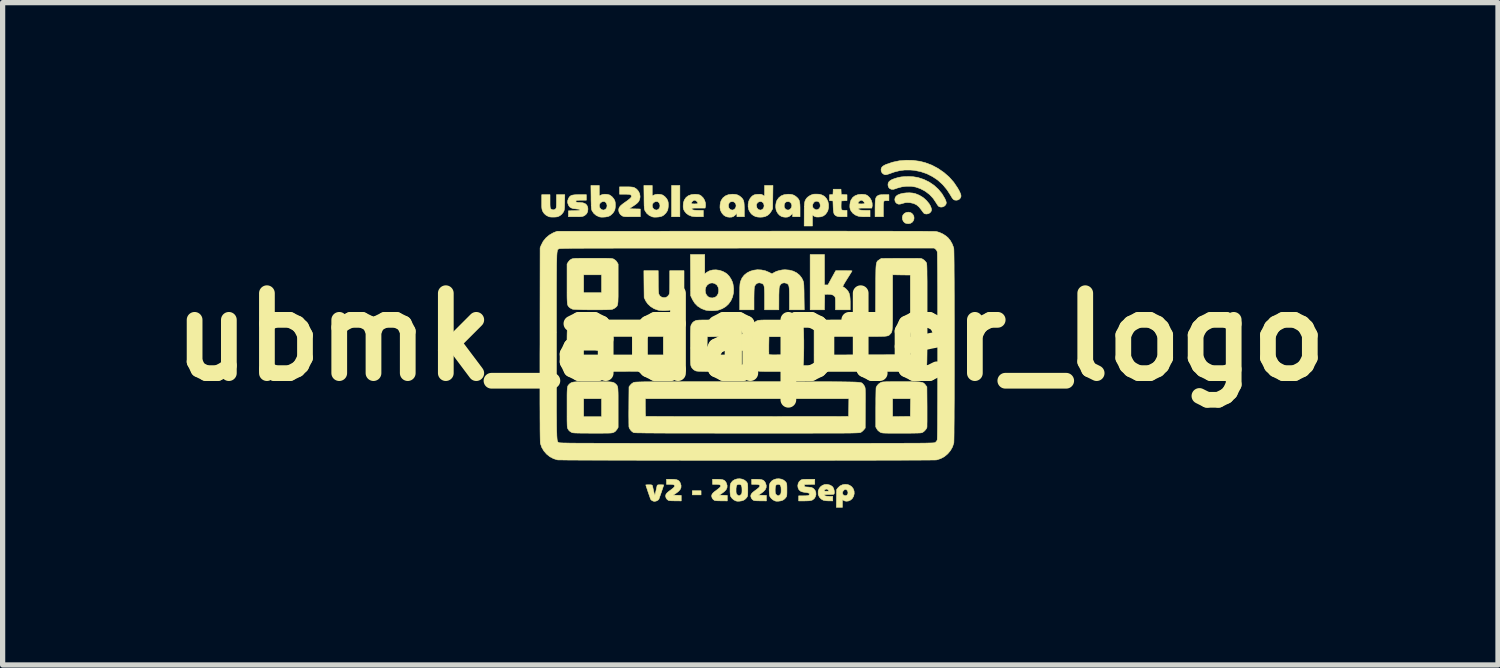
<source format=kicad_pcb>
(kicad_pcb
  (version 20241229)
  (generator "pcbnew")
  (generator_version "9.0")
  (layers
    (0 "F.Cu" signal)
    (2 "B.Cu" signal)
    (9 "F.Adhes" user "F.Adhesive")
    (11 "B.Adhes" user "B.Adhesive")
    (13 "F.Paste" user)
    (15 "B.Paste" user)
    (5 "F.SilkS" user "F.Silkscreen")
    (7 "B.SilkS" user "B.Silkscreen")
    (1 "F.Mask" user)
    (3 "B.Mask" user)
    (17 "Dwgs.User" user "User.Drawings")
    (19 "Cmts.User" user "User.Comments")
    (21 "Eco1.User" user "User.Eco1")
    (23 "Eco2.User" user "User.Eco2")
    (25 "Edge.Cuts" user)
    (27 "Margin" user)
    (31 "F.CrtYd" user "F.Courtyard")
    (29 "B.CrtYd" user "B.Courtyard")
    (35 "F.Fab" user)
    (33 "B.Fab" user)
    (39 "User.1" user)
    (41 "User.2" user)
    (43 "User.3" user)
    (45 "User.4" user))
  (footprint "ubmk_adapter_logo"
    (layer "F.Cu")
    (at 11.256 3.375)
    (property "Reference" "ubmk_adapter_logo" (at 0 0 0) (layer "F.SilkS") (effects (font (size 1.524 1.524) (thickness 0.3))))
    (attr through_hole)
    (fp_poly (pts (xy -1.343 -2.292) (xy -1.501 -2.292) (xy -1.501 -2.889) (xy -1.343 -2.889) (xy -1.343 -2.292)) (stroke (width 0.01) (type solid)) (fill yes) (layer "F.SilkS"))
    (fp_poly (pts (xy -0.939 3.011) (xy -1.106 3.011) (xy -1.106 2.932) (xy -0.939 2.932) (xy -0.939 3.011)) (stroke (width 0.01) (type solid)) (fill yes) (layer "F.SilkS"))
    (fp_poly (pts (xy 3.053 -2.373) (xy 3.081 -2.357) (xy 3.108 -2.324) (xy 3.121 -2.288) (xy 3.121 -2.25) (xy 3.109 -2.216) (xy 3.086 -2.187) (xy 3.053 -2.167) (xy 3.013 -2.16) (xy 2.981 -2.164) (xy 2.954 -2.172) (xy 2.948 -2.175) (xy 2.92 -2.202) (xy 2.903 -2.238) (xy 2.898 -2.278) (xy 2.907 -2.316) (xy 2.912 -2.326) (xy 2.938 -2.356) (xy 2.974 -2.374) (xy 3.014 -2.38) (xy 3.053 -2.373)) (stroke (width 0.01) (type solid)) (fill yes) (layer "F.SilkS"))
    (fp_poly (pts (xy 2.643 -2.599) (xy 2.604 -2.599) (xy 2.58 -2.599) (xy 2.563 -2.597) (xy 2.551 -2.591) (xy 2.544 -2.579) (xy 2.54 -2.558) (xy 2.538 -2.526) (xy 2.537 -2.481) (xy 2.537 -2.44) (xy 2.537 -2.292) (xy 2.379 -2.292) (xy 2.379 -2.454) (xy 2.38 -2.521) (xy 2.382 -2.574) (xy 2.385 -2.613) (xy 2.391 -2.642) (xy 2.4 -2.663) (xy 2.412 -2.679) (xy 2.428 -2.692) (xy 2.434 -2.695) (xy 2.451 -2.704) (xy 2.47 -2.709) (xy 2.498 -2.712) (xy 2.537 -2.713) (xy 2.553 -2.713) (xy 2.643 -2.713) (xy 2.643 -2.599)) (stroke (width 0.01) (type solid)) (fill yes) (layer "F.SilkS"))
    (fp_poly (pts (xy 1.734 -2.717) (xy 1.844 -2.712) (xy 1.844 -2.6) (xy 1.734 -2.594) (xy 1.731 -2.517) (xy 1.731 -2.472) (xy 1.734 -2.441) (xy 1.739 -2.427) (xy 1.756 -2.418) (xy 1.786 -2.415) (xy 1.797 -2.414) (xy 1.844 -2.414) (xy 1.844 -2.292) (xy 1.758 -2.292) (xy 1.708 -2.293) (xy 1.672 -2.297) (xy 1.646 -2.305) (xy 1.643 -2.306) (xy 1.622 -2.319) (xy 1.606 -2.334) (xy 1.595 -2.354) (xy 1.588 -2.383) (xy 1.583 -2.423) (xy 1.58 -2.478) (xy 1.58 -2.48) (xy 1.576 -2.594) (xy 1.51 -2.6) (xy 1.51 -2.712) (xy 1.576 -2.717) (xy 1.579 -2.768) (xy 1.581 -2.818) (xy 1.729 -2.818) (xy 1.734 -2.717)) (stroke (width 0.01) (type solid)) (fill yes) (layer "F.SilkS"))
    (fp_poly (pts (xy -1.449 2.715) (xy -1.407 2.721) (xy -1.376 2.733) (xy -1.354 2.753) (xy -1.336 2.781) (xy -1.334 2.787) (xy -1.32 2.832) (xy -1.322 2.873) (xy -1.34 2.912) (xy -1.375 2.949) (xy -1.411 2.976) (xy -1.471 3.016) (xy -1.394 3.018) (xy -1.317 3.021) (xy -1.317 3.126) (xy -1.429 3.125) (xy -1.473 3.124) (xy -1.512 3.123) (xy -1.542 3.12) (xy -1.559 3.117) (xy -1.559 3.117) (xy -1.586 3.098) (xy -1.606 3.069) (xy -1.615 3.037) (xy -1.615 3.033) (xy -1.612 3.011) (xy -1.602 2.991) (xy -1.582 2.968) (xy -1.551 2.942) (xy -1.51 2.912) (xy -1.47 2.881) (xy -1.447 2.856) (xy -1.441 2.836) (xy -1.451 2.822) (xy -1.478 2.813) (xy -1.521 2.81) (xy -1.534 2.81) (xy -1.598 2.81) (xy -1.598 2.713) (xy -1.505 2.713) (xy -1.449 2.715)) (stroke (width 0.01) (type solid)) (fill yes) (layer "F.SilkS"))
    (fp_poly (pts (xy -0.571 2.715) (xy -0.529 2.721) (xy -0.498 2.733) (xy -0.476 2.753) (xy -0.458 2.781) (xy -0.456 2.787) (xy -0.442 2.832) (xy -0.444 2.873) (xy -0.462 2.912) (xy -0.497 2.949) (xy -0.533 2.976) (xy -0.593 3.016) (xy -0.516 3.018) (xy -0.439 3.021) (xy -0.439 3.126) (xy -0.551 3.125) (xy -0.595 3.124) (xy -0.634 3.123) (xy -0.664 3.12) (xy -0.681 3.117) (xy -0.681 3.117) (xy -0.708 3.098) (xy -0.728 3.069) (xy -0.737 3.037) (xy -0.738 3.033) (xy -0.734 3.011) (xy -0.724 2.991) (xy -0.704 2.968) (xy -0.673 2.942) (xy -0.632 2.912) (xy -0.592 2.881) (xy -0.569 2.856) (xy -0.563 2.836) (xy -0.573 2.822) (xy -0.6 2.813) (xy -0.643 2.81) (xy -0.656 2.81) (xy -0.72 2.81) (xy -0.72 2.713) (xy -0.627 2.713) (xy -0.571 2.715)) (stroke (width 0.01) (type solid)) (fill yes) (layer "F.SilkS"))
    (fp_poly (pts (xy 0.176 2.715) (xy 0.217 2.721) (xy 0.248 2.733) (xy 0.27 2.753) (xy 0.288 2.781) (xy 0.291 2.787) (xy 0.304 2.832) (xy 0.302 2.873) (xy 0.284 2.912) (xy 0.25 2.949) (xy 0.213 2.976) (xy 0.154 3.016) (xy 0.23 3.018) (xy 0.307 3.021) (xy 0.307 3.126) (xy 0.195 3.125) (xy 0.151 3.124) (xy 0.112 3.123) (xy 0.082 3.12) (xy 0.065 3.117) (xy 0.065 3.117) (xy 0.038 3.098) (xy 0.018 3.069) (xy 0.009 3.037) (xy 0.009 3.033) (xy 0.012 3.011) (xy 0.022 2.991) (xy 0.042 2.968) (xy 0.073 2.942) (xy 0.114 2.912) (xy 0.154 2.881) (xy 0.177 2.856) (xy 0.184 2.836) (xy 0.173 2.822) (xy 0.147 2.813) (xy 0.103 2.81) (xy 0.091 2.81) (xy 0.026 2.81) (xy 0.026 2.713) (xy 0.12 2.713) (xy 0.176 2.715)) (stroke (width 0.01) (type solid)) (fill yes) (layer "F.SilkS"))
    (fp_poly (pts (xy 3.095 -2.744) (xy 3.144 -2.734) (xy 3.221 -2.703) (xy 3.293 -2.66) (xy 3.356 -2.605) (xy 3.408 -2.543) (xy 3.433 -2.5) (xy 3.45 -2.457) (xy 3.456 -2.423) (xy 3.448 -2.396) (xy 3.428 -2.371) (xy 3.423 -2.366) (xy 3.392 -2.35) (xy 3.357 -2.344) (xy 3.324 -2.35) (xy 3.317 -2.353) (xy 3.306 -2.364) (xy 3.288 -2.386) (xy 3.268 -2.414) (xy 3.263 -2.421) (xy 3.218 -2.478) (xy 3.17 -2.519) (xy 3.114 -2.546) (xy 3.05 -2.56) (xy 3.027 -2.562) (xy 2.985 -2.563) (xy 2.951 -2.56) (xy 2.916 -2.55) (xy 2.903 -2.546) (xy 2.86 -2.534) (xy 2.827 -2.532) (xy 2.8 -2.542) (xy 2.778 -2.559) (xy 2.76 -2.588) (xy 2.755 -2.624) (xy 2.763 -2.659) (xy 2.782 -2.686) (xy 2.814 -2.709) (xy 2.859 -2.727) (xy 2.914 -2.74) (xy 2.974 -2.747) (xy 3.036 -2.749) (xy 3.095 -2.744)) (stroke (width 0.01) (type solid)) (fill yes) (layer "F.SilkS"))
    (fp_poly (pts (xy 1.859 2.815) (xy 1.894 2.828) (xy 1.935 2.857) (xy 1.963 2.895) (xy 1.979 2.94) (xy 1.981 2.988) (xy 1.97 3.036) (xy 1.944 3.08) (xy 1.939 3.086) (xy 1.907 3.112) (xy 1.869 3.128) (xy 1.829 3.132) (xy 1.793 3.124) (xy 1.772 3.111) (xy 1.764 3.105) (xy 1.76 3.106) (xy 1.757 3.116) (xy 1.756 3.139) (xy 1.756 3.173) (xy 1.756 3.249) (xy 1.641 3.249) (xy 1.643 3.079) (xy 1.645 2.972) (xy 1.756 2.972) (xy 1.763 2.999) (xy 1.781 3.018) (xy 1.805 3.027) (xy 1.83 3.024) (xy 1.848 3.011) (xy 1.861 2.987) (xy 1.862 2.959) (xy 1.853 2.933) (xy 1.835 2.913) (xy 1.812 2.906) (xy 1.794 2.913) (xy 1.775 2.931) (xy 1.761 2.953) (xy 1.756 2.972) (xy 1.645 2.972) (xy 1.646 2.909) (xy 1.672 2.876) (xy 1.709 2.841) (xy 1.755 2.819) (xy 1.806 2.81) (xy 1.859 2.815)) (stroke (width 0.01) (type solid)) (fill yes) (layer "F.SilkS"))
    (fp_poly (pts (xy 3.106 -3.055) (xy 3.176 -3.044) (xy 3.198 -3.04) (xy 3.308 -3.004) (xy 3.41 -2.954) (xy 3.503 -2.891) (xy 3.585 -2.816) (xy 3.655 -2.731) (xy 3.71 -2.638) (xy 3.729 -2.595) (xy 3.737 -2.561) (xy 3.732 -2.533) (xy 3.716 -2.51) (xy 3.704 -2.498) (xy 3.672 -2.481) (xy 3.636 -2.476) (xy 3.603 -2.484) (xy 3.594 -2.489) (xy 3.58 -2.503) (xy 3.562 -2.528) (xy 3.547 -2.553) (xy 3.488 -2.641) (xy 3.417 -2.717) (xy 3.335 -2.779) (xy 3.243 -2.828) (xy 3.152 -2.859) (xy 3.07 -2.873) (xy 2.981 -2.874) (xy 2.891 -2.863) (xy 2.805 -2.84) (xy 2.768 -2.826) (xy 2.725 -2.814) (xy 2.686 -2.817) (xy 2.655 -2.832) (xy 2.634 -2.859) (xy 2.625 -2.897) (xy 2.625 -2.902) (xy 2.629 -2.932) (xy 2.642 -2.958) (xy 2.667 -2.981) (xy 2.703 -3.002) (xy 2.754 -3.021) (xy 2.817 -3.04) (xy 2.879 -3.052) (xy 2.952 -3.058) (xy 3.03 -3.059) (xy 3.106 -3.055)) (stroke (width 0.01) (type solid)) (fill yes) (layer "F.SilkS"))
    (fp_poly (pts (xy -3.819 -2.586) (xy -3.819 -2.535) (xy -3.818 -2.499) (xy -3.816 -2.475) (xy -3.813 -2.459) (xy -3.808 -2.448) (xy -3.802 -2.441) (xy -3.78 -2.428) (xy -3.758 -2.423) (xy -3.732 -2.429) (xy -3.714 -2.441) (xy -3.707 -2.449) (xy -3.702 -2.46) (xy -3.699 -2.477) (xy -3.697 -2.502) (xy -3.696 -2.539) (xy -3.696 -2.586) (xy -3.696 -2.713) (xy -3.537 -2.713) (xy -3.54 -2.566) (xy -3.541 -2.511) (xy -3.542 -2.471) (xy -3.545 -2.442) (xy -3.548 -2.42) (xy -3.553 -2.404) (xy -3.56 -2.389) (xy -3.565 -2.38) (xy -3.595 -2.341) (xy -3.629 -2.314) (xy -3.654 -2.301) (xy -3.677 -2.292) (xy -3.705 -2.288) (xy -3.743 -2.286) (xy -3.786 -2.286) (xy -3.821 -2.289) (xy -3.842 -2.294) (xy -3.892 -2.32) (xy -3.929 -2.352) (xy -3.955 -2.39) (xy -3.963 -2.408) (xy -3.969 -2.425) (xy -3.973 -2.444) (xy -3.976 -2.469) (xy -3.977 -2.502) (xy -3.977 -2.549) (xy -3.977 -2.574) (xy -3.977 -2.713) (xy -3.819 -2.713) (xy -3.819 -2.586)) (stroke (width 0.01) (type solid)) (fill yes) (layer "F.SilkS"))
    (fp_poly (pts (xy -2.368 -2.862) (xy -2.315 -2.862) (xy -2.276 -2.86) (xy -2.248 -2.857) (xy -2.226 -2.853) (xy -2.208 -2.846) (xy -2.208 -2.846) (xy -2.166 -2.818) (xy -2.133 -2.779) (xy -2.11 -2.732) (xy -2.102 -2.683) (xy -2.104 -2.653) (xy -2.113 -2.616) (xy -2.127 -2.585) (xy -2.15 -2.558) (xy -2.183 -2.53) (xy -2.228 -2.499) (xy -2.312 -2.445) (xy -2.098 -2.44) (xy -2.098 -2.292) (xy -2.254 -2.292) (xy -2.312 -2.292) (xy -2.355 -2.293) (xy -2.387 -2.294) (xy -2.409 -2.297) (xy -2.426 -2.301) (xy -2.439 -2.307) (xy -2.441 -2.308) (xy -2.478 -2.336) (xy -2.501 -2.374) (xy -2.508 -2.403) (xy -2.509 -2.437) (xy -2.499 -2.468) (xy -2.477 -2.498) (xy -2.442 -2.529) (xy -2.411 -2.552) (xy -2.357 -2.59) (xy -2.317 -2.62) (xy -2.289 -2.644) (xy -2.272 -2.663) (xy -2.266 -2.679) (xy -2.267 -2.692) (xy -2.276 -2.705) (xy -2.279 -2.708) (xy -2.289 -2.714) (xy -2.306 -2.718) (xy -2.333 -2.721) (xy -2.374 -2.722) (xy -2.393 -2.722) (xy -2.493 -2.722) (xy -2.493 -2.862) (xy -2.368 -2.862)) (stroke (width 0.01) (type solid)) (fill yes) (layer "F.SilkS"))
    (fp_poly (pts (xy 1.414 -0.992) (xy 1.48 -0.992) (xy 1.554 -1.128) (xy 1.629 -1.264) (xy 1.784 -1.264) (xy 1.835 -1.264) (xy 1.878 -1.263) (xy 1.912 -1.263) (xy 1.934 -1.261) (xy 1.94 -1.26) (xy 1.936 -1.252) (xy 1.923 -1.231) (xy 1.904 -1.2) (xy 1.88 -1.161) (xy 1.852 -1.117) (xy 1.847 -1.109) (xy 1.819 -1.064) (xy 1.795 -1.025) (xy 1.777 -0.992) (xy 1.766 -0.97) (xy 1.763 -0.959) (xy 1.763 -0.959) (xy 1.789 -0.945) (xy 1.819 -0.922) (xy 1.847 -0.893) (xy 1.858 -0.88) (xy 1.875 -0.853) (xy 1.888 -0.822) (xy 1.897 -0.785) (xy 1.902 -0.737) (xy 1.905 -0.677) (xy 1.905 -0.636) (xy 1.905 -0.518) (xy 1.624 -0.518) (xy 1.624 -0.635) (xy 1.624 -0.684) (xy 1.623 -0.718) (xy 1.621 -0.742) (xy 1.617 -0.758) (xy 1.611 -0.77) (xy 1.606 -0.776) (xy 1.577 -0.799) (xy 1.533 -0.812) (xy 1.477 -0.815) (xy 1.471 -0.815) (xy 1.418 -0.812) (xy 1.416 -0.665) (xy 1.413 -0.518) (xy 1.141 -0.518) (xy 1.141 -1.572) (xy 1.414 -1.572) (xy 1.414 -0.992)) (stroke (width 0.01) (type solid)) (fill yes) (layer "F.SilkS"))
    (fp_poly (pts (xy -1.755 -1.056) (xy -1.755 -0.974) (xy -1.753 -0.908) (xy -1.75 -0.859) (xy -1.747 -0.828) (xy -1.744 -0.817) (xy -1.724 -0.783) (xy -1.69 -0.759) (xy -1.654 -0.75) (xy -1.615 -0.752) (xy -1.582 -0.769) (xy -1.556 -0.798) (xy -1.55 -0.808) (xy -1.546 -0.818) (xy -1.542 -0.831) (xy -1.54 -0.849) (xy -1.538 -0.874) (xy -1.537 -0.909) (xy -1.537 -0.956) (xy -1.536 -1.017) (xy -1.536 -1.046) (xy -1.536 -1.264) (xy -1.264 -1.264) (xy -1.264 -1.016) (xy -1.264 -0.934) (xy -1.265 -0.868) (xy -1.267 -0.815) (xy -1.27 -0.772) (xy -1.275 -0.738) (xy -1.282 -0.711) (xy -1.291 -0.688) (xy -1.302 -0.667) (xy -1.317 -0.645) (xy -1.322 -0.639) (xy -1.371 -0.586) (xy -1.432 -0.545) (xy -1.474 -0.526) (xy -1.514 -0.515) (xy -1.565 -0.507) (xy -1.622 -0.503) (xy -1.679 -0.503) (xy -1.73 -0.507) (xy -1.76 -0.512) (xy -1.834 -0.539) (xy -1.899 -0.579) (xy -1.953 -0.629) (xy -1.994 -0.687) (xy -2 -0.701) (xy -2.024 -0.751) (xy -2.027 -1.007) (xy -2.029 -1.264) (xy -1.756 -1.264) (xy -1.755 -1.056)) (stroke (width 0.01) (type solid)) (fill yes) (layer "F.SilkS"))
    (fp_poly (pts (xy 3.104 -3.367) (xy 3.234 -3.349) (xy 3.336 -3.323) (xy 3.463 -3.275) (xy 3.581 -3.212) (xy 3.691 -3.136) (xy 3.791 -3.049) (xy 3.878 -2.951) (xy 3.951 -2.843) (xy 3.983 -2.787) (xy 4.004 -2.741) (xy 4.016 -2.706) (xy 4.017 -2.679) (xy 4.009 -2.656) (xy 3.992 -2.633) (xy 3.989 -2.63) (xy 3.961 -2.613) (xy 3.926 -2.607) (xy 3.891 -2.612) (xy 3.875 -2.621) (xy 3.862 -2.634) (xy 3.844 -2.659) (xy 3.825 -2.69) (xy 3.821 -2.698) (xy 3.751 -2.807) (xy 3.67 -2.904) (xy 3.578 -2.988) (xy 3.476 -3.057) (xy 3.366 -3.113) (xy 3.248 -3.153) (xy 3.124 -3.178) (xy 3.047 -3.184) (xy 2.944 -3.184) (xy 2.846 -3.171) (xy 2.747 -3.146) (xy 2.698 -3.129) (xy 2.652 -3.112) (xy 2.618 -3.101) (xy 2.595 -3.095) (xy 2.577 -3.093) (xy 2.563 -3.095) (xy 2.549 -3.101) (xy 2.544 -3.103) (xy 2.514 -3.126) (xy 2.497 -3.159) (xy 2.493 -3.191) (xy 2.499 -3.221) (xy 2.517 -3.247) (xy 2.55 -3.271) (xy 2.592 -3.291) (xy 2.713 -3.332) (xy 2.841 -3.359) (xy 2.972 -3.37) (xy 3.104 -3.367)) (stroke (width 0.01) (type solid)) (fill yes) (layer "F.SilkS"))
    (fp_poly (pts (xy -0.288 -2.719) (xy -0.248 -2.71) (xy -0.213 -2.693) (xy -0.18 -2.668) (xy -0.157 -2.646) (xy -0.141 -2.624) (xy -0.129 -2.599) (xy -0.121 -2.567) (xy -0.117 -2.525) (xy -0.115 -2.472) (xy -0.114 -2.43) (xy -0.114 -2.292) (xy -0.255 -2.292) (xy -0.255 -2.356) (xy -0.283 -2.329) (xy -0.305 -2.31) (xy -0.326 -2.295) (xy -0.331 -2.293) (xy -0.36 -2.285) (xy -0.398 -2.284) (xy -0.439 -2.289) (xy -0.471 -2.3) (xy -0.508 -2.324) (xy -0.54 -2.361) (xy -0.564 -2.405) (xy -0.572 -2.427) (xy -0.578 -2.47) (xy -0.577 -2.495) (xy -0.418 -2.495) (xy -0.409 -2.462) (xy -0.389 -2.436) (xy -0.374 -2.427) (xy -0.342 -2.419) (xy -0.314 -2.427) (xy -0.292 -2.446) (xy -0.275 -2.476) (xy -0.271 -2.508) (xy -0.278 -2.538) (xy -0.296 -2.563) (xy -0.322 -2.579) (xy -0.34 -2.581) (xy -0.375 -2.577) (xy -0.398 -2.561) (xy -0.413 -2.533) (xy -0.418 -2.495) (xy -0.577 -2.495) (xy -0.576 -2.519) (xy -0.568 -2.567) (xy -0.555 -2.603) (xy -0.521 -2.653) (xy -0.476 -2.689) (xy -0.421 -2.712) (xy -0.354 -2.721) (xy -0.34 -2.722) (xy -0.288 -2.719)) (stroke (width 0.01) (type solid)) (fill yes) (layer "F.SilkS"))
    (fp_poly (pts (xy 0.774 -2.719) (xy 0.814 -2.71) (xy 0.849 -2.693) (xy 0.882 -2.668) (xy 0.905 -2.646) (xy 0.922 -2.624) (xy 0.934 -2.599) (xy 0.941 -2.567) (xy 0.946 -2.525) (xy 0.948 -2.472) (xy 0.948 -2.43) (xy 0.948 -2.292) (xy 0.808 -2.292) (xy 0.808 -2.356) (xy 0.779 -2.329) (xy 0.757 -2.31) (xy 0.736 -2.295) (xy 0.731 -2.293) (xy 0.702 -2.285) (xy 0.664 -2.284) (xy 0.624 -2.289) (xy 0.591 -2.3) (xy 0.555 -2.324) (xy 0.522 -2.361) (xy 0.498 -2.405) (xy 0.491 -2.427) (xy 0.485 -2.47) (xy 0.485 -2.495) (xy 0.645 -2.495) (xy 0.653 -2.462) (xy 0.674 -2.436) (xy 0.688 -2.427) (xy 0.72 -2.419) (xy 0.748 -2.427) (xy 0.77 -2.446) (xy 0.788 -2.476) (xy 0.792 -2.508) (xy 0.784 -2.538) (xy 0.767 -2.563) (xy 0.741 -2.579) (xy 0.722 -2.581) (xy 0.687 -2.577) (xy 0.664 -2.561) (xy 0.65 -2.533) (xy 0.645 -2.495) (xy 0.485 -2.495) (xy 0.486 -2.519) (xy 0.494 -2.567) (xy 0.507 -2.603) (xy 0.542 -2.653) (xy 0.586 -2.689) (xy 0.642 -2.712) (xy 0.709 -2.721) (xy 0.722 -2.722) (xy 0.774 -2.719)) (stroke (width 0.01) (type solid)) (fill yes) (layer "F.SilkS"))
    (fp_poly (pts (xy 1.229 2.809) (xy 1.13 2.811) (xy 1.032 2.814) (xy 1.032 2.836) (xy 1.033 2.847) (xy 1.038 2.854) (xy 1.05 2.858) (xy 1.074 2.86) (xy 1.103 2.862) (xy 1.142 2.866) (xy 1.168 2.871) (xy 1.189 2.88) (xy 1.206 2.891) (xy 1.234 2.923) (xy 1.249 2.961) (xy 1.252 3.003) (xy 1.242 3.043) (xy 1.221 3.079) (xy 1.189 3.105) (xy 1.176 3.112) (xy 1.152 3.118) (xy 1.119 3.123) (xy 1.075 3.125) (xy 1.031 3.126) (xy 0.922 3.126) (xy 0.922 3.029) (xy 1.013 3.029) (xy 1.058 3.028) (xy 1.087 3.026) (xy 1.106 3.022) (xy 1.118 3.016) (xy 1.119 3.015) (xy 1.131 2.998) (xy 1.127 2.984) (xy 1.107 2.974) (xy 1.07 2.966) (xy 1.044 2.963) (xy 1.005 2.957) (xy 0.972 2.947) (xy 0.958 2.94) (xy 0.928 2.913) (xy 0.911 2.877) (xy 0.905 2.837) (xy 0.912 2.797) (xy 0.93 2.76) (xy 0.959 2.732) (xy 0.961 2.731) (xy 0.975 2.723) (xy 0.991 2.718) (xy 1.012 2.715) (xy 1.043 2.714) (xy 1.086 2.713) (xy 1.109 2.713) (xy 1.229 2.713) (xy 1.229 2.809)) (stroke (width 0.01) (type solid)) (fill yes) (layer "F.SilkS"))
    (fp_poly (pts (xy -3.126 -2.608) (xy -3.222 -2.608) (xy -3.266 -2.607) (xy -3.295 -2.606) (xy -3.313 -2.603) (xy -3.322 -2.598) (xy -3.325 -2.594) (xy -3.325 -2.579) (xy -3.311 -2.57) (xy -3.283 -2.565) (xy -3.249 -2.564) (xy -3.191 -2.558) (xy -3.147 -2.541) (xy -3.117 -2.513) (xy -3.1 -2.474) (xy -3.096 -2.439) (xy -3.102 -2.389) (xy -3.121 -2.349) (xy -3.155 -2.319) (xy -3.169 -2.311) (xy -3.186 -2.303) (xy -3.204 -2.298) (xy -3.225 -2.295) (xy -3.253 -2.293) (xy -3.292 -2.292) (xy -3.338 -2.292) (xy -3.468 -2.292) (xy -3.468 -2.405) (xy -3.36 -2.408) (xy -3.314 -2.409) (xy -3.283 -2.411) (xy -3.264 -2.414) (xy -3.255 -2.418) (xy -3.253 -2.423) (xy -3.257 -2.43) (xy -3.271 -2.436) (xy -3.298 -2.439) (xy -3.324 -2.442) (xy -3.377 -2.448) (xy -3.415 -2.461) (xy -3.444 -2.48) (xy -3.464 -2.508) (xy -3.468 -2.516) (xy -3.483 -2.559) (xy -3.482 -2.598) (xy -3.467 -2.641) (xy -3.466 -2.643) (xy -3.451 -2.667) (xy -3.434 -2.685) (xy -3.413 -2.698) (xy -3.384 -2.706) (xy -3.345 -2.711) (xy -3.292 -2.713) (xy -3.255 -2.713) (xy -3.126 -2.713) (xy -3.126 -2.608)) (stroke (width 0.01) (type solid)) (fill yes) (layer "F.SilkS"))
    (fp_poly (pts (xy 1.514 2.822) (xy 1.525 2.827) (xy 1.551 2.842) (xy 1.572 2.86) (xy 1.576 2.866) (xy 1.591 2.896) (xy 1.6 2.932) (xy 1.603 2.966) (xy 1.601 2.981) (xy 1.598 2.991) (xy 1.593 2.997) (xy 1.581 3.001) (xy 1.56 3.002) (xy 1.527 3.003) (xy 1.505 3.003) (xy 1.467 3.003) (xy 1.437 3.005) (xy 1.418 3.008) (xy 1.414 3.01) (xy 1.42 3.024) (xy 1.439 3.033) (xy 1.473 3.037) (xy 1.503 3.038) (xy 1.572 3.038) (xy 1.572 3.126) (xy 1.499 3.125) (xy 1.46 3.124) (xy 1.423 3.119) (xy 1.395 3.113) (xy 1.392 3.113) (xy 1.352 3.09) (xy 1.319 3.056) (xy 1.299 3.015) (xy 1.294 2.996) (xy 1.294 2.944) (xy 1.3 2.926) (xy 1.408 2.926) (xy 1.408 2.935) (xy 1.423 2.94) (xy 1.454 2.941) (xy 1.482 2.941) (xy 1.495 2.939) (xy 1.497 2.933) (xy 1.491 2.923) (xy 1.49 2.921) (xy 1.47 2.903) (xy 1.445 2.9) (xy 1.422 2.911) (xy 1.408 2.926) (xy 1.3 2.926) (xy 1.309 2.898) (xy 1.335 2.86) (xy 1.372 2.831) (xy 1.415 2.814) (xy 1.463 2.811) (xy 1.514 2.822)) (stroke (width 0.01) (type solid)) (fill yes) (layer "F.SilkS"))
    (fp_poly (pts (xy -2.88 -2.687) (xy -2.851 -2.704) (xy -2.817 -2.717) (xy -2.774 -2.722) (xy -2.729 -2.719) (xy -2.688 -2.709) (xy -2.679 -2.705) (xy -2.638 -2.676) (xy -2.604 -2.636) (xy -2.584 -2.601) (xy -2.576 -2.568) (xy -2.573 -2.525) (xy -2.574 -2.479) (xy -2.58 -2.437) (xy -2.589 -2.41) (xy -2.619 -2.362) (xy -2.662 -2.322) (xy -2.693 -2.304) (xy -2.721 -2.295) (xy -2.761 -2.288) (xy -2.805 -2.285) (xy -2.845 -2.285) (xy -2.877 -2.29) (xy -2.88 -2.291) (xy -2.938 -2.318) (xy -2.985 -2.358) (xy -3.017 -2.406) (xy -3.022 -2.417) (xy -3.026 -2.43) (xy -3.029 -2.449) (xy -3.031 -2.474) (xy -3.033 -2.503) (xy -2.88 -2.503) (xy -2.872 -2.469) (xy -2.852 -2.441) (xy -2.832 -2.427) (xy -2.8 -2.419) (xy -2.772 -2.428) (xy -2.75 -2.446) (xy -2.735 -2.474) (xy -2.731 -2.506) (xy -2.738 -2.537) (xy -2.753 -2.564) (xy -2.777 -2.58) (xy -2.788 -2.583) (xy -2.823 -2.579) (xy -2.853 -2.562) (xy -2.873 -2.535) (xy -2.88 -2.503) (xy -3.033 -2.503) (xy -3.033 -2.509) (xy -3.034 -2.555) (xy -3.036 -2.615) (xy -3.036 -2.662) (xy -3.039 -2.889) (xy -2.88 -2.889) (xy -2.88 -2.687)) (stroke (width 0.01) (type solid)) (fill yes) (layer "F.SilkS"))
    (fp_poly (pts (xy -1.87 -2.687) (xy -1.842 -2.704) (xy -1.808 -2.717) (xy -1.765 -2.722) (xy -1.719 -2.719) (xy -1.679 -2.709) (xy -1.669 -2.705) (xy -1.629 -2.676) (xy -1.594 -2.636) (xy -1.575 -2.601) (xy -1.566 -2.568) (xy -1.563 -2.525) (xy -1.565 -2.479) (xy -1.571 -2.437) (xy -1.579 -2.41) (xy -1.61 -2.362) (xy -1.652 -2.322) (xy -1.683 -2.304) (xy -1.712 -2.295) (xy -1.751 -2.288) (xy -1.795 -2.285) (xy -1.836 -2.285) (xy -1.867 -2.29) (xy -1.87 -2.291) (xy -1.928 -2.318) (xy -1.975 -2.358) (xy -2.007 -2.406) (xy -2.012 -2.417) (xy -2.016 -2.43) (xy -2.02 -2.449) (xy -2.022 -2.474) (xy -2.023 -2.503) (xy -1.87 -2.503) (xy -1.863 -2.469) (xy -1.843 -2.441) (xy -1.822 -2.427) (xy -1.79 -2.419) (xy -1.762 -2.428) (xy -1.741 -2.446) (xy -1.725 -2.474) (xy -1.722 -2.506) (xy -1.728 -2.537) (xy -1.744 -2.564) (xy -1.767 -2.58) (xy -1.778 -2.583) (xy -1.814 -2.579) (xy -1.844 -2.562) (xy -1.864 -2.535) (xy -1.87 -2.503) (xy -2.023 -2.503) (xy -2.024 -2.509) (xy -2.025 -2.555) (xy -2.026 -2.615) (xy -2.026 -2.662) (xy -2.029 -2.889) (xy -1.87 -2.889) (xy -1.87 -2.687)) (stroke (width 0.01) (type solid)) (fill yes) (layer "F.SilkS"))
    (fp_poly (pts (xy 0.429 -2.667) (xy 0.426 -2.445) (xy 0.4 -2.398) (xy 0.367 -2.351) (xy 0.327 -2.317) (xy 0.281 -2.296) (xy 0.24 -2.287) (xy 0.191 -2.284) (xy 0.142 -2.287) (xy 0.103 -2.295) (xy 0.059 -2.316) (xy 0.024 -2.343) (xy -0.0002 -2.372) (xy -0.029 -2.424) (xy -0.041 -2.48) (xy -0.041 -2.492) (xy 0.117 -2.492) (xy 0.128 -2.46) (xy 0.149 -2.435) (xy 0.161 -2.427) (xy 0.194 -2.419) (xy 0.221 -2.427) (xy 0.244 -2.446) (xy 0.26 -2.476) (xy 0.263 -2.511) (xy 0.253 -2.546) (xy 0.245 -2.558) (xy 0.221 -2.577) (xy 0.191 -2.583) (xy 0.161 -2.576) (xy 0.136 -2.558) (xy 0.119 -2.53) (xy 0.118 -2.525) (xy 0.117 -2.492) (xy -0.041 -2.492) (xy -0.041 -2.532) (xy -0.029 -2.591) (xy -0.003 -2.643) (xy 0.033 -2.684) (xy 0.043 -2.691) (xy 0.066 -2.705) (xy 0.089 -2.714) (xy 0.117 -2.718) (xy 0.146 -2.72) (xy 0.182 -2.721) (xy 0.206 -2.72) (xy 0.224 -2.714) (xy 0.238 -2.705) (xy 0.255 -2.693) (xy 0.267 -2.687) (xy 0.267 -2.687) (xy 0.269 -2.695) (xy 0.271 -2.717) (xy 0.272 -2.75) (xy 0.272 -2.788) (xy 0.272 -2.889) (xy 0.432 -2.889) (xy 0.429 -2.667)) (stroke (width 0.01) (type solid)) (fill yes) (layer "F.SilkS"))
    (fp_poly (pts (xy 1.319 -2.721) (xy 1.364 -2.708) (xy 1.404 -2.687) (xy 1.423 -2.672) (xy 1.456 -2.633) (xy 1.48 -2.583) (xy 1.492 -2.527) (xy 1.492 -2.469) (xy 1.48 -2.413) (xy 1.468 -2.387) (xy 1.435 -2.34) (xy 1.394 -2.308) (xy 1.343 -2.291) (xy 1.299 -2.287) (xy 1.263 -2.288) (xy 1.238 -2.293) (xy 1.218 -2.303) (xy 1.212 -2.307) (xy 1.185 -2.327) (xy 1.185 -2.116) (xy 1.027 -2.116) (xy 1.028 -2.333) (xy 1.028 -2.408) (xy 1.029 -2.467) (xy 1.03 -2.488) (xy 1.186 -2.488) (xy 1.192 -2.47) (xy 1.209 -2.451) (xy 1.21 -2.45) (xy 1.238 -2.429) (xy 1.267 -2.424) (xy 1.293 -2.433) (xy 1.318 -2.452) (xy 1.331 -2.478) (xy 1.334 -2.509) (xy 1.328 -2.545) (xy 1.311 -2.571) (xy 1.288 -2.585) (xy 1.261 -2.589) (xy 1.233 -2.582) (xy 1.21 -2.564) (xy 1.193 -2.535) (xy 1.188 -2.514) (xy 1.186 -2.488) (xy 1.03 -2.488) (xy 1.031 -2.513) (xy 1.034 -2.549) (xy 1.039 -2.577) (xy 1.046 -2.6) (xy 1.056 -2.619) (xy 1.068 -2.637) (xy 1.074 -2.646) (xy 1.095 -2.667) (xy 1.125 -2.688) (xy 1.147 -2.701) (xy 1.178 -2.714) (xy 1.206 -2.722) (xy 1.24 -2.724) (xy 1.263 -2.724) (xy 1.319 -2.721)) (stroke (width 0.01) (type solid)) (fill yes) (layer "F.SilkS"))
    (fp_poly (pts (xy -0.869 -1.203) (xy -0.83 -1.233) (xy -0.779 -1.261) (xy -0.72 -1.277) (xy -0.655 -1.28) (xy -0.589 -1.271) (xy -0.524 -1.25) (xy -0.465 -1.217) (xy -0.44 -1.198) (xy -0.402 -1.157) (xy -0.368 -1.105) (xy -0.341 -1.048) (xy -0.33 -1.01) (xy -0.318 -0.923) (xy -0.321 -0.84) (xy -0.339 -0.762) (xy -0.37 -0.692) (xy -0.414 -0.63) (xy -0.469 -0.579) (xy -0.536 -0.539) (xy -0.611 -0.512) (xy -0.622 -0.51) (xy -0.67 -0.504) (xy -0.726 -0.501) (xy -0.784 -0.503) (xy -0.836 -0.509) (xy -0.86 -0.514) (xy -0.936 -0.544) (xy -1.003 -0.587) (xy -1.059 -0.644) (xy -1.103 -0.714) (xy -1.105 -0.72) (xy -1.137 -0.786) (xy -1.138 -0.887) (xy -0.86 -0.887) (xy -0.853 -0.837) (xy -0.833 -0.796) (xy -0.803 -0.766) (xy -0.765 -0.748) (xy -0.721 -0.744) (xy -0.675 -0.756) (xy -0.666 -0.76) (xy -0.636 -0.785) (xy -0.615 -0.82) (xy -0.604 -0.862) (xy -0.603 -0.907) (xy -0.613 -0.949) (xy -0.634 -0.986) (xy -0.64 -0.993) (xy -0.677 -1.019) (xy -0.717 -1.03) (xy -0.757 -1.028) (xy -0.793 -1.012) (xy -0.825 -0.986) (xy -0.848 -0.949) (xy -0.859 -0.904) (xy -0.86 -0.887) (xy -1.138 -0.887) (xy -1.142 -1.572) (xy -0.869 -1.572) (xy -0.869 -1.203)) (stroke (width 0.01) (type solid)) (fill yes) (layer "F.SilkS"))
    (fp_poly (pts (xy -1.682 2.819) (xy -1.66 2.82) (xy -1.651 2.821) (xy -1.651 2.821) (xy -1.653 2.831) (xy -1.661 2.855) (xy -1.672 2.888) (xy -1.685 2.927) (xy -1.699 2.969) (xy -1.714 3.01) (xy -1.727 3.046) (xy -1.737 3.076) (xy -1.744 3.093) (xy -1.746 3.097) (xy -1.763 3.113) (xy -1.79 3.127) (xy -1.821 3.134) (xy -1.83 3.134) (xy -1.851 3.13) (xy -1.871 3.121) (xy -1.89 3.107) (xy -1.901 3.093) (xy -1.906 3.08) (xy -1.914 3.055) (xy -1.926 3.021) (xy -1.94 2.981) (xy -1.954 2.94) (xy -1.967 2.9) (xy -1.979 2.865) (xy -1.988 2.838) (xy -1.992 2.823) (xy -1.993 2.821) (xy -1.985 2.82) (xy -1.964 2.819) (xy -1.934 2.818) (xy -1.932 2.818) (xy -1.899 2.819) (xy -1.88 2.822) (xy -1.87 2.828) (xy -1.867 2.834) (xy -1.863 2.849) (xy -1.857 2.876) (xy -1.849 2.912) (xy -1.844 2.935) (xy -1.835 2.971) (xy -1.828 2.998) (xy -1.822 3.015) (xy -1.82 3.017) (xy -1.817 3.007) (xy -1.811 2.984) (xy -1.803 2.952) (xy -1.799 2.935) (xy -1.791 2.898) (xy -1.784 2.866) (xy -1.779 2.843) (xy -1.778 2.838) (xy -1.774 2.828) (xy -1.765 2.822) (xy -1.748 2.819) (xy -1.719 2.818) (xy -1.712 2.818) (xy -1.682 2.819)) (stroke (width 0.01) (type solid)) (fill yes) (layer "F.SilkS"))
    (fp_poly (pts (xy -1.042 -2.72) (xy -1.004 -2.717) (xy -0.978 -2.712) (xy -0.955 -2.702) (xy -0.938 -2.691) (xy -0.899 -2.653) (xy -0.871 -2.606) (xy -0.855 -2.554) (xy -0.853 -2.501) (xy -0.856 -2.485) (xy -0.862 -2.458) (xy -0.988 -2.458) (xy -1.039 -2.458) (xy -1.074 -2.457) (xy -1.097 -2.455) (xy -1.11 -2.452) (xy -1.115 -2.448) (xy -1.115 -2.445) (xy -1.11 -2.433) (xy -1.094 -2.423) (xy -1.066 -2.418) (xy -1.023 -2.415) (xy -0.988 -2.414) (xy -0.896 -2.414) (xy -0.896 -2.292) (xy -0.99 -2.292) (xy -1.034 -2.293) (xy -1.076 -2.296) (xy -1.11 -2.301) (xy -1.124 -2.304) (xy -1.177 -2.326) (xy -1.223 -2.36) (xy -1.257 -2.403) (xy -1.273 -2.437) (xy -1.28 -2.476) (xy -1.279 -2.522) (xy -1.274 -2.554) (xy -1.124 -2.554) (xy -1.122 -2.545) (xy -1.114 -2.54) (xy -1.096 -2.538) (xy -1.065 -2.537) (xy -1.062 -2.537) (xy -1.03 -2.538) (xy -1.011 -2.54) (xy -1.003 -2.545) (xy -1.001 -2.554) (xy -1.001 -2.554) (xy -1.008 -2.572) (xy -1.026 -2.59) (xy -1.047 -2.604) (xy -1.062 -2.608) (xy -1.083 -2.601) (xy -1.104 -2.586) (xy -1.119 -2.568) (xy -1.124 -2.554) (xy -1.274 -2.554) (xy -1.272 -2.569) (xy -1.259 -2.609) (xy -1.257 -2.613) (xy -1.224 -2.661) (xy -1.18 -2.694) (xy -1.124 -2.714) (xy -1.058 -2.721) (xy -1.042 -2.72)) (stroke (width 0.01) (type solid)) (fill yes) (layer "F.SilkS"))
    (fp_poly (pts (xy 2.137 -2.72) (xy 2.174 -2.717) (xy 2.201 -2.712) (xy 2.223 -2.702) (xy 2.24 -2.691) (xy 2.279 -2.653) (xy 2.307 -2.606) (xy 2.323 -2.554) (xy 2.325 -2.501) (xy 2.322 -2.485) (xy 2.316 -2.458) (xy 2.19 -2.458) (xy 2.139 -2.458) (xy 2.104 -2.457) (xy 2.081 -2.455) (xy 2.068 -2.452) (xy 2.064 -2.448) (xy 2.063 -2.445) (xy 2.068 -2.433) (xy 2.084 -2.423) (xy 2.112 -2.418) (xy 2.155 -2.415) (xy 2.19 -2.414) (xy 2.283 -2.414) (xy 2.283 -2.292) (xy 2.188 -2.292) (xy 2.144 -2.293) (xy 2.103 -2.296) (xy 2.069 -2.301) (xy 2.054 -2.304) (xy 2.001 -2.326) (xy 1.955 -2.36) (xy 1.921 -2.403) (xy 1.905 -2.437) (xy 1.898 -2.476) (xy 1.899 -2.522) (xy 1.904 -2.554) (xy 2.054 -2.554) (xy 2.056 -2.545) (xy 2.064 -2.54) (xy 2.082 -2.538) (xy 2.114 -2.537) (xy 2.116 -2.537) (xy 2.148 -2.538) (xy 2.167 -2.54) (xy 2.175 -2.545) (xy 2.177 -2.554) (xy 2.177 -2.554) (xy 2.17 -2.572) (xy 2.153 -2.59) (xy 2.131 -2.604) (xy 2.116 -2.608) (xy 2.096 -2.601) (xy 2.075 -2.586) (xy 2.059 -2.568) (xy 2.054 -2.554) (xy 1.904 -2.554) (xy 1.906 -2.569) (xy 1.919 -2.609) (xy 1.921 -2.613) (xy 1.954 -2.661) (xy 1.999 -2.694) (xy 2.054 -2.714) (xy 2.12 -2.721) (xy 2.137 -2.72)) (stroke (width 0.01) (type solid)) (fill yes) (layer "F.SilkS"))
    (fp_poly (pts (xy -0.153 2.711) (xy -0.11 2.73) (xy -0.074 2.76) (xy -0.069 2.768) (xy -0.06 2.78) (xy -0.055 2.794) (xy -0.051 2.812) (xy -0.049 2.837) (xy -0.048 2.873) (xy -0.048 2.916) (xy -0.048 2.964) (xy -0.049 2.998) (xy -0.051 3.021) (xy -0.055 3.038) (xy -0.061 3.05) (xy -0.07 3.063) (xy -0.072 3.066) (xy -0.095 3.09) (xy -0.123 3.11) (xy -0.129 3.113) (xy -0.166 3.125) (xy -0.21 3.131) (xy -0.252 3.131) (xy -0.275 3.126) (xy -0.313 3.107) (xy -0.347 3.078) (xy -0.371 3.045) (xy -0.372 3.044) (xy -0.379 3.023) (xy -0.383 2.994) (xy -0.386 2.954) (xy -0.386 2.917) (xy -0.272 2.917) (xy -0.272 2.953) (xy -0.269 2.976) (xy -0.263 2.992) (xy -0.253 3.005) (xy -0.251 3.007) (xy -0.232 3.022) (xy -0.216 3.029) (xy -0.215 3.029) (xy -0.2 3.023) (xy -0.181 3.009) (xy -0.18 3.007) (xy -0.169 2.995) (xy -0.162 2.98) (xy -0.159 2.958) (xy -0.158 2.925) (xy -0.158 2.917) (xy -0.16 2.87) (xy -0.167 2.839) (xy -0.18 2.819) (xy -0.2 2.811) (xy -0.215 2.81) (xy -0.24 2.813) (xy -0.257 2.826) (xy -0.267 2.851) (xy -0.272 2.889) (xy -0.272 2.917) (xy -0.386 2.917) (xy -0.386 2.914) (xy -0.386 2.868) (xy -0.384 2.836) (xy -0.38 2.813) (xy -0.374 2.795) (xy -0.366 2.779) (xy -0.337 2.745) (xy -0.297 2.72) (xy -0.251 2.706) (xy -0.202 2.703) (xy -0.153 2.711)) (stroke (width 0.01) (type solid)) (fill yes) (layer "F.SilkS"))
    (fp_poly (pts (xy 0.593 2.711) (xy 0.637 2.73) (xy 0.672 2.76) (xy 0.678 2.768) (xy 0.686 2.78) (xy 0.692 2.794) (xy 0.695 2.812) (xy 0.697 2.837) (xy 0.698 2.873) (xy 0.698 2.916) (xy 0.698 2.964) (xy 0.697 2.998) (xy 0.695 3.021) (xy 0.691 3.038) (xy 0.685 3.05) (xy 0.676 3.063) (xy 0.674 3.066) (xy 0.651 3.09) (xy 0.623 3.11) (xy 0.617 3.113) (xy 0.58 3.125) (xy 0.536 3.131) (xy 0.494 3.131) (xy 0.471 3.126) (xy 0.434 3.107) (xy 0.399 3.078) (xy 0.375 3.045) (xy 0.374 3.044) (xy 0.367 3.023) (xy 0.363 2.994) (xy 0.361 2.954) (xy 0.36 2.917) (xy 0.474 2.917) (xy 0.475 2.953) (xy 0.477 2.976) (xy 0.483 2.992) (xy 0.493 3.005) (xy 0.496 3.007) (xy 0.514 3.022) (xy 0.53 3.029) (xy 0.531 3.029) (xy 0.547 3.023) (xy 0.565 3.009) (xy 0.567 3.007) (xy 0.578 2.995) (xy 0.584 2.98) (xy 0.587 2.958) (xy 0.588 2.925) (xy 0.588 2.917) (xy 0.586 2.87) (xy 0.579 2.839) (xy 0.566 2.819) (xy 0.546 2.811) (xy 0.531 2.81) (xy 0.506 2.813) (xy 0.489 2.826) (xy 0.479 2.851) (xy 0.475 2.889) (xy 0.474 2.917) (xy 0.36 2.917) (xy 0.36 2.914) (xy 0.361 2.868) (xy 0.362 2.836) (xy 0.366 2.813) (xy 0.372 2.795) (xy 0.38 2.779) (xy 0.409 2.745) (xy 0.449 2.72) (xy 0.495 2.706) (xy 0.545 2.703) (xy 0.593 2.711)) (stroke (width 0.01) (type solid)) (fill yes) (layer "F.SilkS"))
    (fp_poly (pts (xy -2.917 -1.501) (xy -2.843 -1.501) (xy -2.782 -1.501) (xy -2.734 -1.5) (xy -2.697 -1.499) (xy -2.669 -1.498) (xy -2.648 -1.496) (xy -2.632 -1.494) (xy -2.62 -1.49) (xy -2.609 -1.487) (xy -2.601 -1.483) (xy -2.562 -1.454) (xy -2.542 -1.427) (xy -2.52 -1.39) (xy -2.52 -1.011) (xy -2.52 -0.916) (xy -2.52 -0.837) (xy -2.52 -0.772) (xy -2.522 -0.72) (xy -2.523 -0.678) (xy -2.526 -0.646) (xy -2.53 -0.622) (xy -2.535 -0.604) (xy -2.541 -0.59) (xy -2.55 -0.579) (xy -2.56 -0.57) (xy -2.572 -0.559) (xy -2.572 -0.559) (xy -2.6 -0.541) (xy -2.63 -0.528) (xy -2.632 -0.527) (xy -2.651 -0.524) (xy -2.685 -0.522) (xy -2.731 -0.52) (xy -2.788 -0.519) (xy -2.852 -0.518) (xy -2.922 -0.518) (xy -2.994 -0.518) (xy -3.067 -0.518) (xy -3.139 -0.519) (xy -3.206 -0.52) (xy -3.266 -0.522) (xy -3.318 -0.524) (xy -3.358 -0.526) (xy -3.384 -0.529) (xy -3.392 -0.531) (xy -3.42 -0.544) (xy -3.445 -0.561) (xy -3.448 -0.563) (xy -3.459 -0.574) (xy -3.468 -0.584) (xy -3.475 -0.595) (xy -3.481 -0.609) (xy -3.486 -0.627) (xy -3.489 -0.652) (xy -3.491 -0.685) (xy -3.493 -0.727) (xy -3.494 -0.78) (xy -3.494 -0.846) (xy -3.494 -0.926) (xy -3.494 -1.011) (xy -3.494 -1.185) (xy -3.178 -1.185) (xy -3.178 -0.843) (xy -2.836 -0.843) (xy -2.836 -1.185) (xy -3.178 -1.185) (xy -3.494 -1.185) (xy -3.494 -1.39) (xy -3.473 -1.427) (xy -3.441 -1.465) (xy -3.413 -1.483) (xy -3.403 -1.487) (xy -3.392 -1.491) (xy -3.38 -1.494) (xy -3.363 -1.496) (xy -3.34 -1.498) (xy -3.31 -1.5) (xy -3.271 -1.5) (xy -3.221 -1.501) (xy -3.158 -1.501) (xy -3.081 -1.501) (xy -3.007 -1.501) (xy -2.917 -1.501)) (stroke (width 0.01) (type solid)) (fill yes) (layer "F.SilkS"))
    (fp_poly (pts (xy 2.979 0.852) (xy 3.058 0.852) (xy 3.123 0.853) (xy 3.176 0.855) (xy 3.218 0.857) (xy 3.25 0.861) (xy 3.275 0.866) (xy 3.294 0.873) (xy 3.309 0.882) (xy 3.321 0.893) (xy 3.333 0.906) (xy 3.342 0.918) (xy 3.367 0.951) (xy 3.37 1.329) (xy 3.37 1.41) (xy 3.37 1.485) (xy 3.37 1.554) (xy 3.37 1.614) (xy 3.369 1.663) (xy 3.369 1.7) (xy 3.368 1.722) (xy 3.367 1.727) (xy 3.355 1.752) (xy 3.333 1.779) (xy 3.307 1.805) (xy 3.28 1.822) (xy 3.277 1.823) (xy 3.267 1.826) (xy 3.249 1.829) (xy 3.223 1.831) (xy 3.187 1.832) (xy 3.14 1.833) (xy 3.08 1.834) (xy 3.006 1.835) (xy 2.917 1.835) (xy 2.881 1.835) (xy 2.792 1.835) (xy 2.717 1.835) (xy 2.657 1.835) (xy 2.61 1.834) (xy 2.573 1.833) (xy 2.545 1.832) (xy 2.524 1.83) (xy 2.508 1.828) (xy 2.497 1.824) (xy 2.487 1.821) (xy 2.477 1.816) (xy 2.475 1.815) (xy 2.435 1.784) (xy 2.414 1.755) (xy 2.392 1.716) (xy 2.392 1.352) (xy 2.393 1.273) (xy 2.393 1.199) (xy 2.393 1.176) (xy 2.713 1.176) (xy 2.713 1.519) (xy 2.882 1.517) (xy 3.051 1.515) (xy 3.053 1.346) (xy 3.056 1.176) (xy 2.713 1.176) (xy 2.393 1.176) (xy 2.394 1.131) (xy 2.395 1.072) (xy 2.396 1.024) (xy 2.397 0.989) (xy 2.398 0.968) (xy 2.399 0.964) (xy 2.416 0.931) (xy 2.444 0.898) (xy 2.48 0.873) (xy 2.489 0.868) (xy 2.499 0.864) (xy 2.51 0.861) (xy 2.526 0.858) (xy 2.546 0.856) (xy 2.573 0.855) (xy 2.609 0.853) (xy 2.656 0.853) (xy 2.714 0.852) (xy 2.787 0.852) (xy 2.875 0.852) (xy 2.884 0.852) (xy 2.979 0.852)) (stroke (width 0.01) (type solid)) (fill yes) (layer "F.SilkS"))
    (fp_poly (pts (xy -2.267 -0.325) (xy -2.133 -0.325) (xy -2.016 -0.325) (xy -1.912 -0.325) (xy -1.823 -0.324) (xy -1.745 -0.324) (xy -1.68 -0.324) (xy -1.624 -0.323) (xy -1.578 -0.323) (xy -1.541 -0.322) (xy -1.511 -0.321) (xy -1.488 -0.319) (xy -1.469 -0.318) (xy -1.456 -0.316) (xy -1.445 -0.314) (xy -1.438 -0.312) (xy -1.431 -0.309) (xy -1.425 -0.306) (xy -1.389 -0.281) (xy -1.363 -0.247) (xy -1.339 -0.206) (xy -1.339 0.54) (xy -1.359 0.575) (xy -1.38 0.603) (xy -1.405 0.628) (xy -1.411 0.632) (xy -1.443 0.654) (xy -2.405 0.656) (xy -2.558 0.656) (xy -2.694 0.656) (xy -2.814 0.657) (xy -2.92 0.657) (xy -3.012 0.656) (xy -3.091 0.656) (xy -3.158 0.656) (xy -3.215 0.655) (xy -3.262 0.655) (xy -3.3 0.654) (xy -3.331 0.653) (xy -3.354 0.651) (xy -3.372 0.65) (xy -3.385 0.648) (xy -3.393 0.646) (xy -3.398 0.645) (xy -3.443 0.617) (xy -3.476 0.579) (xy -3.482 0.569) (xy -3.485 0.554) (xy -3.488 0.523) (xy -3.491 0.48) (xy -3.493 0.426) (xy -3.494 0.363) (xy -3.495 0.294) (xy -3.496 0.221) (xy -3.496 0.147) (xy -3.495 0.073) (xy -3.494 0.002) (xy -3.494 -0.009) (xy -3.178 -0.009) (xy -3.178 0.342) (xy -1.659 0.342) (xy -1.659 -0.009) (xy -3.178 -0.009) (xy -3.494 -0.009) (xy -3.493 -0.064) (xy -3.491 -0.122) (xy -3.489 -0.171) (xy -3.487 -0.208) (xy -3.484 -0.23) (xy -3.482 -0.235) (xy -3.459 -0.267) (xy -3.429 -0.296) (xy -3.397 -0.315) (xy -3.395 -0.316) (xy -3.383 -0.317) (xy -3.355 -0.319) (xy -3.313 -0.32) (xy -3.254 -0.321) (xy -3.18 -0.322) (xy -3.089 -0.323) (xy -2.983 -0.324) (xy -2.859 -0.324) (xy -2.719 -0.325) (xy -2.561 -0.325) (xy -2.417 -0.325) (xy -2.267 -0.325)) (stroke (width 0.01) (type solid)) (fill yes) (layer "F.SilkS"))
    (fp_poly (pts (xy 0.212 -1.278) (xy 0.287 -1.262) (xy 0.354 -1.234) (xy 0.414 -1.204) (xy 0.454 -1.229) (xy 0.496 -1.25) (xy 0.549 -1.266) (xy 0.606 -1.278) (xy 0.661 -1.282) (xy 0.661 -1.282) (xy 0.744 -1.275) (xy 0.82 -1.255) (xy 0.885 -1.222) (xy 0.94 -1.177) (xy 0.982 -1.122) (xy 1.002 -1.081) (xy 1.008 -1.066) (xy 1.013 -1.05) (xy 1.016 -1.033) (xy 1.019 -1.01) (xy 1.021 -0.981) (xy 1.022 -0.942) (xy 1.024 -0.892) (xy 1.025 -0.828) (xy 1.025 -0.775) (xy 1.029 -0.518) (xy 0.746 -0.518) (xy 0.746 -0.733) (xy 0.746 -0.809) (xy 0.745 -0.87) (xy 0.743 -0.916) (xy 0.739 -0.952) (xy 0.734 -0.977) (xy 0.726 -0.996) (xy 0.715 -1.008) (xy 0.702 -1.018) (xy 0.688 -1.024) (xy 0.647 -1.033) (xy 0.61 -1.026) (xy 0.579 -1.005) (xy 0.558 -0.969) (xy 0.553 -0.951) (xy 0.55 -0.933) (xy 0.548 -0.9) (xy 0.547 -0.855) (xy 0.545 -0.802) (xy 0.545 -0.744) (xy 0.545 -0.718) (xy 0.544 -0.518) (xy 0.272 -0.518) (xy 0.272 -0.738) (xy 0.272 -0.813) (xy 0.271 -0.872) (xy 0.269 -0.918) (xy 0.266 -0.953) (xy 0.26 -0.978) (xy 0.253 -0.996) (xy 0.242 -1.008) (xy 0.229 -1.017) (xy 0.213 -1.024) (xy 0.172 -1.033) (xy 0.135 -1.026) (xy 0.104 -1.003) (xy 0.081 -0.966) (xy 0.08 -0.963) (xy 0.077 -0.946) (xy 0.074 -0.913) (xy 0.072 -0.866) (xy 0.071 -0.807) (xy 0.07 -0.739) (xy 0.07 -0.728) (xy 0.07 -0.518) (xy -0.202 -0.518) (xy -0.202 -0.763) (xy -0.202 -0.837) (xy -0.201 -0.895) (xy -0.201 -0.941) (xy -0.199 -0.976) (xy -0.197 -1.004) (xy -0.194 -1.026) (xy -0.19 -1.045) (xy -0.185 -1.064) (xy -0.184 -1.065) (xy -0.157 -1.126) (xy -0.116 -1.179) (xy -0.064 -1.221) (xy -0.003 -1.253) (xy 0.065 -1.273) (xy 0.137 -1.282) (xy 0.212 -1.278)) (stroke (width 0.01) (type solid)) (fill yes) (layer "F.SilkS"))
    (fp_poly (pts (xy -2.914 0.852) (xy -2.836 0.852) (xy -2.773 0.853) (xy -2.722 0.854) (xy -2.682 0.856) (xy -2.65 0.859) (xy -2.626 0.863) (xy -2.608 0.869) (xy -2.593 0.876) (xy -2.581 0.884) (xy -2.569 0.895) (xy -2.565 0.898) (xy -2.555 0.908) (xy -2.546 0.918) (xy -2.539 0.929) (xy -2.533 0.943) (xy -2.528 0.962) (xy -2.525 0.987) (xy -2.523 1.02) (xy -2.521 1.062) (xy -2.52 1.116) (xy -2.52 1.183) (xy -2.52 1.264) (xy -2.52 1.344) (xy -2.52 1.724) (xy -2.542 1.761) (xy -2.573 1.799) (xy -2.601 1.817) (xy -2.611 1.821) (xy -2.622 1.825) (xy -2.634 1.828) (xy -2.651 1.83) (xy -2.673 1.832) (xy -2.703 1.833) (xy -2.742 1.834) (xy -2.792 1.834) (xy -2.855 1.835) (xy -2.932 1.835) (xy -3.008 1.835) (xy -3.102 1.834) (xy -3.18 1.834) (xy -3.243 1.833) (xy -3.293 1.832) (xy -3.332 1.831) (xy -3.361 1.829) (xy -3.382 1.827) (xy -3.396 1.824) (xy -3.402 1.822) (xy -3.435 1.803) (xy -3.459 1.781) (xy -3.476 1.756) (xy -3.48 1.748) (xy -3.484 1.74) (xy -3.487 1.729) (xy -3.489 1.714) (xy -3.491 1.694) (xy -3.492 1.666) (xy -3.493 1.629) (xy -3.494 1.582) (xy -3.494 1.522) (xy -3.494 1.448) (xy -3.494 1.359) (xy -3.494 1.345) (xy -3.494 1.25) (xy -3.494 1.176) (xy -3.178 1.176) (xy -3.178 1.519) (xy -2.836 1.519) (xy -2.836 1.176) (xy -3.178 1.176) (xy -3.494 1.176) (xy -3.494 1.172) (xy -3.494 1.107) (xy -3.493 1.055) (xy -3.491 1.014) (xy -3.489 0.983) (xy -3.485 0.959) (xy -3.481 0.941) (xy -3.475 0.927) (xy -3.467 0.917) (xy -3.458 0.907) (xy -3.449 0.898) (xy -3.437 0.887) (xy -3.424 0.878) (xy -3.411 0.871) (xy -3.393 0.865) (xy -3.371 0.86) (xy -3.342 0.857) (xy -3.304 0.854) (xy -3.256 0.853) (xy -3.197 0.852) (xy -3.123 0.852) (xy -3.034 0.852) (xy -3.007 0.852) (xy -2.914 0.852)) (stroke (width 0.01) (type solid)) (fill yes) (layer "F.SilkS"))
    (fp_poly (pts (xy -0.559 -0.325) (xy -0.485 -0.325) (xy -0.426 -0.324) (xy -0.379 -0.324) (xy -0.342 -0.323) (xy -0.314 -0.321) (xy -0.293 -0.319) (xy -0.278 -0.317) (xy -0.266 -0.314) (xy -0.256 -0.31) (xy -0.248 -0.306) (xy -0.212 -0.281) (xy -0.186 -0.252) (xy -0.162 -0.216) (xy -0.162 0.55) (xy -0.186 0.586) (xy -0.216 0.618) (xy -0.248 0.64) (xy -0.258 0.644) (xy -0.268 0.648) (xy -0.281 0.651) (xy -0.298 0.654) (xy -0.32 0.655) (xy -0.35 0.657) (xy -0.388 0.657) (xy -0.438 0.658) (xy -0.5 0.658) (xy -0.577 0.658) (xy -0.65 0.658) (xy -0.743 0.658) (xy -0.819 0.658) (xy -0.881 0.657) (xy -0.931 0.656) (xy -0.969 0.655) (xy -0.998 0.653) (xy -1.019 0.651) (xy -1.034 0.648) (xy -1.044 0.645) (xy -1.045 0.645) (xy -1.082 0.623) (xy -1.109 0.595) (xy -1.125 0.569) (xy -1.129 0.56) (xy -1.132 0.55) (xy -1.135 0.536) (xy -1.137 0.517) (xy -1.139 0.492) (xy -1.14 0.459) (xy -1.141 0.416) (xy -1.141 0.361) (xy -1.141 0.292) (xy -1.141 0.256) (xy -0.824 0.256) (xy -0.823 0.294) (xy -0.823 0.32) (xy -0.821 0.331) (xy -0.816 0.335) (xy -0.8 0.338) (xy -0.774 0.34) (xy -0.735 0.342) (xy -0.681 0.342) (xy -0.65 0.342) (xy -0.483 0.342) (xy -0.483 -0.009) (xy -0.652 -0.007) (xy -0.821 -0.004) (xy -0.823 0.158) (xy -0.824 0.21) (xy -0.824 0.256) (xy -1.141 0.256) (xy -1.141 0.209) (xy -1.141 0.167) (xy -1.141 0.076) (xy -1.141 0.001) (xy -1.141 -0.059) (xy -1.14 -0.108) (xy -1.139 -0.145) (xy -1.138 -0.174) (xy -1.136 -0.195) (xy -1.133 -0.21) (xy -1.13 -0.222) (xy -1.127 -0.231) (xy -1.125 -0.235) (xy -1.101 -0.272) (xy -1.072 -0.297) (xy -1.043 -0.311) (xy -1.032 -0.315) (xy -1.018 -0.318) (xy -0.997 -0.32) (xy -0.97 -0.322) (xy -0.933 -0.323) (xy -0.886 -0.324) (xy -0.826 -0.324) (xy -0.752 -0.325) (xy -0.663 -0.325) (xy -0.648 -0.325) (xy -0.559 -0.325)) (stroke (width 0.01) (type solid)) (fill yes) (layer "F.SilkS"))
    (fp_poly (pts (xy 0.617 -0.324) (xy 0.692 -0.324) (xy 0.752 -0.324) (xy 0.8 -0.323) (xy 0.837 -0.322) (xy 0.866 -0.321) (xy 0.887 -0.319) (xy 0.903 -0.316) (xy 0.915 -0.313) (xy 0.925 -0.309) (xy 0.926 -0.308) (xy 0.963 -0.287) (xy 0.988 -0.259) (xy 1.005 -0.226) (xy 1.009 -0.208) (xy 1.012 -0.175) (xy 1.015 -0.128) (xy 1.017 -0.072) (xy 1.018 -0.007) (xy 1.02 0.063) (xy 1.02 0.137) (xy 1.02 0.211) (xy 1.019 0.285) (xy 1.018 0.354) (xy 1.016 0.417) (xy 1.014 0.472) (xy 1.011 0.516) (xy 1.008 0.546) (xy 1.005 0.56) (xy 0.985 0.598) (xy 0.958 0.624) (xy 0.926 0.642) (xy 0.916 0.646) (xy 0.905 0.649) (xy 0.89 0.652) (xy 0.87 0.654) (xy 0.843 0.656) (xy 0.807 0.657) (xy 0.761 0.657) (xy 0.702 0.658) (xy 0.63 0.658) (xy 0.543 0.658) (xy 0.527 0.658) (xy 0.437 0.658) (xy 0.363 0.658) (xy 0.304 0.658) (xy 0.256 0.657) (xy 0.219 0.656) (xy 0.191 0.655) (xy 0.17 0.653) (xy 0.155 0.651) (xy 0.143 0.648) (xy 0.133 0.644) (xy 0.124 0.64) (xy 0.091 0.616) (xy 0.063 0.586) (xy 0.063 0.585) (xy 0.04 0.55) (xy 0.037 0.256) (xy 0.353 0.256) (xy 0.353 0.294) (xy 0.354 0.32) (xy 0.355 0.331) (xy 0.36 0.335) (xy 0.374 0.338) (xy 0.398 0.34) (xy 0.434 0.341) (xy 0.484 0.341) (xy 0.529 0.34) (xy 0.698 0.338) (xy 0.698 -0.004) (xy 0.356 -0.004) (xy 0.353 0.158) (xy 0.353 0.21) (xy 0.353 0.256) (xy 0.037 0.256) (xy 0.037 0.185) (xy 0.036 0.08) (xy 0.036 -0.01) (xy 0.037 -0.085) (xy 0.038 -0.142) (xy 0.04 -0.184) (xy 0.043 -0.208) (xy 0.043 -0.212) (xy 0.065 -0.258) (xy 0.101 -0.294) (xy 0.127 -0.308) (xy 0.137 -0.312) (xy 0.148 -0.316) (xy 0.163 -0.318) (xy 0.183 -0.32) (xy 0.21 -0.322) (xy 0.245 -0.323) (xy 0.291 -0.324) (xy 0.349 -0.324) (xy 0.42 -0.324) (xy 0.507 -0.324) (xy 0.527 -0.324) (xy 0.617 -0.324)) (stroke (width 0.01) (type solid)) (fill yes) (layer "F.SilkS"))
    (fp_poly (pts (xy 3.084 -1.5) (xy 3.144 -1.5) (xy 3.193 -1.499) (xy 3.229 -1.498) (xy 3.251 -1.497) (xy 3.255 -1.497) (xy 3.285 -1.485) (xy 3.317 -1.463) (xy 3.344 -1.434) (xy 3.359 -1.413) (xy 3.361 -1.407) (xy 3.363 -1.397) (xy 3.364 -1.382) (xy 3.366 -1.361) (xy 3.367 -1.333) (xy 3.368 -1.297) (xy 3.369 -1.253) (xy 3.369 -1.198) (xy 3.37 -1.133) (xy 3.371 -1.057) (xy 3.371 -0.967) (xy 3.371 -0.864) (xy 3.371 -0.747) (xy 3.371 -0.614) (xy 3.371 -0.465) (xy 3.371 -0.427) (xy 3.371 -0.255) (xy 3.371 -0.1) (xy 3.371 0.038) (xy 3.37 0.159) (xy 3.37 0.264) (xy 3.369 0.352) (xy 3.368 0.424) (xy 3.367 0.481) (xy 3.365 0.522) (xy 3.364 0.548) (xy 3.362 0.559) (xy 3.338 0.6) (xy 3.298 0.632) (xy 3.279 0.642) (xy 3.273 0.644) (xy 3.266 0.647) (xy 3.256 0.649) (xy 3.243 0.65) (xy 3.226 0.652) (xy 3.203 0.653) (xy 3.174 0.654) (xy 3.138 0.655) (xy 3.093 0.656) (xy 3.039 0.657) (xy 2.975 0.657) (xy 2.899 0.658) (xy 2.811 0.658) (xy 2.709 0.658) (xy 2.594 0.658) (xy 2.462 0.658) (xy 2.315 0.658) (xy 2.292 0.658) (xy 1.339 0.658) (xy 1.301 0.64) (xy 1.267 0.616) (xy 1.24 0.586) (xy 1.239 0.585) (xy 1.216 0.55) (xy 1.216 -0.009) (xy 1.536 -0.009) (xy 1.536 0.343) (xy 2.294 0.34) (xy 3.051 0.338) (xy 3.051 -1.181) (xy 2.882 -1.183) (xy 2.713 -1.186) (xy 2.713 -0.663) (xy 2.713 -0.55) (xy 2.713 -0.454) (xy 2.713 -0.372) (xy 2.712 -0.303) (xy 2.711 -0.247) (xy 2.709 -0.201) (xy 2.707 -0.165) (xy 2.704 -0.137) (xy 2.701 -0.115) (xy 2.696 -0.098) (xy 2.69 -0.084) (xy 2.684 -0.074) (xy 2.675 -0.064) (xy 2.666 -0.054) (xy 2.658 -0.045) (xy 2.65 -0.037) (xy 2.641 -0.031) (xy 2.629 -0.025) (xy 2.614 -0.021) (xy 2.594 -0.017) (xy 2.568 -0.014) (xy 2.534 -0.012) (xy 2.49 -0.011) (xy 2.437 -0.01) (xy 2.371 -0.009) (xy 2.292 -0.009) (xy 2.199 -0.009) (xy 2.089 -0.009) (xy 2.068 -0.009) (xy 1.536 -0.009) (xy 1.216 -0.009) (xy 1.216 -0.216) (xy 1.24 -0.252) (xy 1.269 -0.285) (xy 1.302 -0.306) (xy 1.31 -0.31) (xy 1.319 -0.313) (xy 1.329 -0.316) (xy 1.343 -0.318) (xy 1.361 -0.32) (xy 1.386 -0.322) (xy 1.418 -0.323) (xy 1.459 -0.324) (xy 1.51 -0.324) (xy 1.572 -0.325) (xy 1.648 -0.325) (xy 1.738 -0.325) (xy 1.845 -0.325) (xy 2.387 -0.325) (xy 2.39 -0.854) (xy 2.391 -0.968) (xy 2.391 -1.066) (xy 2.392 -1.15) (xy 2.393 -1.219) (xy 2.394 -1.277) (xy 2.396 -1.324) (xy 2.399 -1.361) (xy 2.403 -1.39) (xy 2.408 -1.412) (xy 2.414 -1.429) (xy 2.421 -1.442) (xy 2.43 -1.452) (xy 2.441 -1.46) (xy 2.453 -1.468) (xy 2.461 -1.474) (xy 2.497 -1.497) (xy 2.862 -1.5) (xy 2.941 -1.5) (xy 3.016 -1.5) (xy 3.084 -1.5)) (stroke (width 0.01) (type solid)) (fill yes) (layer "F.SilkS"))
    (fp_poly (pts (xy -0.307 0.852) (xy -0.08 0.852) (xy -0.066 0.852) (xy 0.164 0.852) (xy 0.378 0.852) (xy 0.575 0.852) (xy 0.756 0.852) (xy 0.923 0.852) (xy 1.075 0.853) (xy 1.214 0.853) (xy 1.34 0.853) (xy 1.453 0.853) (xy 1.555 0.854) (xy 1.646 0.854) (xy 1.726 0.855) (xy 1.797 0.856) (xy 1.859 0.857) (xy 1.912 0.858) (xy 1.957 0.859) (xy 1.996 0.86) (xy 2.028 0.862) (xy 2.055 0.864) (xy 2.076 0.866) (xy 2.093 0.868) (xy 2.106 0.87) (xy 2.116 0.873) (xy 2.123 0.876) (xy 2.129 0.879) (xy 2.134 0.883) (xy 2.138 0.887) (xy 2.142 0.891) (xy 2.144 0.893) (xy 2.159 0.911) (xy 2.176 0.936) (xy 2.179 0.942) (xy 2.183 0.951) (xy 2.186 0.96) (xy 2.189 0.973) (xy 2.191 0.99) (xy 2.192 1.014) (xy 2.193 1.045) (xy 2.194 1.086) (xy 2.194 1.138) (xy 2.194 1.203) (xy 2.193 1.283) (xy 2.193 1.356) (xy 2.191 1.737) (xy 2.164 1.77) (xy 2.141 1.794) (xy 2.115 1.814) (xy 2.107 1.819) (xy 2.103 1.82) (xy 2.099 1.822) (xy 2.092 1.824) (xy 2.083 1.825) (xy 2.072 1.826) (xy 2.056 1.827) (xy 2.036 1.828) (xy 2.012 1.829) (xy 1.981 1.83) (xy 1.944 1.831) (xy 1.901 1.832) (xy 1.849 1.832) (xy 1.79 1.833) (xy 1.721 1.833) (xy 1.643 1.833) (xy 1.555 1.834) (xy 1.455 1.834) (xy 1.344 1.834) (xy 1.221 1.834) (xy 1.085 1.835) (xy 0.936 1.835) (xy 0.772 1.835) (xy 0.593 1.835) (xy 0.399 1.835) (xy 0.189 1.835) (xy -0.039 1.835) (xy -0.061 1.835) (xy -0.297 1.835) (xy -0.515 1.835) (xy -0.717 1.834) (xy -0.903 1.834) (xy -1.074 1.834) (xy -1.23 1.834) (xy -1.372 1.834) (xy -1.501 1.833) (xy -1.617 1.833) (xy -1.721 1.832) (xy -1.813 1.832) (xy -1.894 1.831) (xy -1.965 1.831) (xy -2.026 1.83) (xy -2.077 1.829) (xy -2.12 1.829) (xy -2.154 1.828) (xy -2.182 1.827) (xy -2.202 1.826) (xy -2.216 1.825) (xy -2.224 1.823) (xy -2.226 1.823) (xy -2.255 1.804) (xy -2.283 1.775) (xy -2.304 1.743) (xy -2.313 1.719) (xy -2.315 1.704) (xy -2.315 1.674) (xy -2.316 1.63) (xy -2.316 1.574) (xy -2.317 1.509) (xy -2.317 1.437) (xy -2.316 1.359) (xy -2.316 1.321) (xy -2.315 1.176) (xy -2.002 1.176) (xy -2.002 1.342) (xy -2.001 1.394) (xy -2.001 1.44) (xy -1.999 1.477) (xy -1.998 1.502) (xy -1.996 1.513) (xy -1.996 1.513) (xy -1.987 1.514) (xy -1.961 1.514) (xy -1.919 1.515) (xy -1.862 1.515) (xy -1.79 1.515) (xy -1.705 1.516) (xy -1.607 1.516) (xy -1.497 1.516) (xy -1.376 1.517) (xy -1.245 1.517) (xy -1.104 1.517) (xy -0.954 1.517) (xy -0.796 1.517) (xy -0.631 1.517) (xy -0.46 1.517) (xy -0.282 1.517) (xy -0.1 1.517) (xy -0.058 1.517) (xy 1.874 1.515) (xy 1.877 1.346) (xy 1.879 1.176) (xy -2.002 1.176) (xy -2.315 1.176) (xy -2.313 0.951) (xy -2.288 0.918) (xy -2.264 0.893) (xy -2.235 0.873) (xy -2.227 0.868) (xy -2.222 0.867) (xy -2.217 0.865) (xy -2.21 0.864) (xy -2.201 0.862) (xy -2.189 0.861) (xy -2.173 0.86) (xy -2.153 0.859) (xy -2.128 0.858) (xy -2.098 0.857) (xy -2.061 0.856) (xy -2.017 0.855) (xy -1.966 0.855) (xy -1.906 0.854) (xy -1.838 0.854) (xy -1.76 0.853) (xy -1.671 0.853) (xy -1.572 0.853) (xy -1.461 0.853) (xy -1.339 0.853) (xy -1.203 0.852) (xy -1.053 0.852) (xy -0.89 0.852) (xy -0.711 0.852) (xy -0.517 0.852) (xy -0.307 0.852)) (stroke (width 0.01) (type solid)) (fill yes) (layer "F.SilkS"))
    (fp_poly (pts (xy 1.45 -2.018) (xy 1.709 -2.018) (xy 1.951 -2.017) (xy 2.176 -2.017) (xy 2.384 -2.017) (xy 2.575 -2.017) (xy 2.749 -2.016) (xy 2.907 -2.016) (xy 3.047 -2.016) (xy 3.17 -2.015) (xy 3.276 -2.015) (xy 3.364 -2.014) (xy 3.435 -2.013) (xy 3.489 -2.013) (xy 3.526 -2.012) (xy 3.545 -2.011) (xy 3.547 -2.011) (xy 3.607 -1.993) (xy 3.669 -1.965) (xy 3.727 -1.928) (xy 3.77 -1.892) (xy 3.815 -1.836) (xy 3.851 -1.771) (xy 3.876 -1.704) (xy 3.88 -1.687) (xy 3.881 -1.673) (xy 3.882 -1.642) (xy 3.883 -1.596) (xy 3.884 -1.535) (xy 3.885 -1.461) (xy 3.886 -1.374) (xy 3.886 -1.275) (xy 3.887 -1.166) (xy 3.888 -1.048) (xy 3.888 -0.921) (xy 3.889 -0.787) (xy 3.889 -0.647) (xy 3.889 -0.501) (xy 3.89 -0.351) (xy 3.89 -0.197) (xy 3.89 -0.041) (xy 3.89 0.117) (xy 3.89 0.274) (xy 3.89 0.431) (xy 3.89 0.587) (xy 3.89 0.739) (xy 3.889 0.888) (xy 3.889 1.032) (xy 3.889 1.17) (xy 3.888 1.302) (xy 3.887 1.426) (xy 3.887 1.541) (xy 3.886 1.646) (xy 3.885 1.74) (xy 3.885 1.823) (xy 3.884 1.892) (xy 3.883 1.948) (xy 3.882 1.989) (xy 3.881 2.014) (xy 3.88 2.021) (xy 3.855 2.097) (xy 3.816 2.166) (xy 3.764 2.228) (xy 3.702 2.28) (xy 3.632 2.318) (xy 3.556 2.343) (xy 3.548 2.344) (xy 3.536 2.345) (xy 3.507 2.346) (xy 3.461 2.346) (xy 3.401 2.347) (xy 3.325 2.347) (xy 3.236 2.348) (xy 3.133 2.348) (xy 3.018 2.349) (xy 2.891 2.349) (xy 2.753 2.35) (xy 2.605 2.35) (xy 2.447 2.35) (xy 2.279 2.351) (xy 2.104 2.351) (xy 1.921 2.351) (xy 1.731 2.351) (xy 1.535 2.352) (xy 1.334 2.352) (xy 1.128 2.352) (xy 0.918 2.352) (xy 0.705 2.352) (xy 0.49 2.352) (xy 0.272 2.352) (xy 0.053 2.352) (xy -0.166 2.352) (xy -0.384 2.352) (xy -0.602 2.352) (xy -0.818 2.352) (xy -1.031 2.352) (xy -1.241 2.352) (xy -1.448 2.351) (xy -1.649 2.351) (xy -1.846 2.351) (xy -2.036 2.351) (xy -2.219 2.35) (xy -2.395 2.35) (xy -2.563 2.35) (xy -2.722 2.349) (xy -2.872 2.349) (xy -3.01 2.349) (xy -3.138 2.348) (xy -3.255 2.348) (xy -3.358 2.347) (xy -3.449 2.347) (xy -3.525 2.346) (xy -3.587 2.345) (xy -3.634 2.345) (xy -3.664 2.344) (xy -3.678 2.343) (xy -3.678 2.343) (xy -3.752 2.32) (xy -3.822 2.283) (xy -3.884 2.233) (xy -3.936 2.173) (xy -3.976 2.106) (xy -4.001 2.034) (xy -4.003 2.026) (xy -4.004 2.013) (xy -4.005 1.988) (xy -4.006 1.949) (xy -4.007 1.896) (xy -4.008 1.829) (xy -4.009 1.749) (xy -4.009 1.653) (xy -4.01 1.543) (xy -4.01 1.417) (xy -4.011 1.276) (xy -4.011 1.12) (xy -4.011 0.947) (xy -4.011 0.757) (xy -4.011 0.551) (xy -4.011 0.328) (xy -4.01 0.14) (xy -4.01 -0.281) (xy -3.696 -0.281) (xy -3.696 -0.092) (xy -3.696 0.115) (xy -3.696 0.167) (xy -3.696 0.377) (xy -3.696 0.57) (xy -3.696 0.748) (xy -3.696 0.909) (xy -3.696 1.057) (xy -3.696 1.19) (xy -3.696 1.31) (xy -3.696 1.417) (xy -3.695 1.512) (xy -3.694 1.597) (xy -3.694 1.67) (xy -3.693 1.735) (xy -3.692 1.79) (xy -3.69 1.837) (xy -3.689 1.876) (xy -3.687 1.908) (xy -3.685 1.935) (xy -3.683 1.956) (xy -3.68 1.972) (xy -3.677 1.984) (xy -3.674 1.993) (xy -3.671 1.999) (xy -3.667 2.004) (xy -3.662 2.007) (xy -3.658 2.01) (xy -3.653 2.013) (xy -3.651 2.014) (xy -3.649 2.015) (xy -3.644 2.016) (xy -3.637 2.017) (xy -3.627 2.018) (xy -3.613 2.019) (xy -3.595 2.02) (xy -3.572 2.021) (xy -3.545 2.022) (xy -3.512 2.022) (xy -3.472 2.023) (xy -3.427 2.024) (xy -3.374 2.024) (xy -3.314 2.025) (xy -3.245 2.025) (xy -3.168 2.026) (xy -3.082 2.026) (xy -2.987 2.026) (xy -2.881 2.027) (xy -2.765 2.027) (xy -2.638 2.027) (xy -2.499 2.027) (xy -2.348 2.027) (xy -2.184 2.028) (xy -2.008 2.028) (xy -1.818 2.028) (xy -1.614 2.028) (xy -1.395 2.028) (xy -1.161 2.028) (xy -0.912 2.028) (xy -0.647 2.028) (xy -0.365 2.028) (xy -0.066 2.028) (xy 0.232 2.028) (xy 0.512 2.028) (xy 0.777 2.028) (xy 1.025 2.028) (xy 1.257 2.028) (xy 1.475 2.028) (xy 1.678 2.028) (xy 1.867 2.028) (xy 2.043 2.028) (xy 2.205 2.028) (xy 2.355 2.027) (xy 2.493 2.027) (xy 2.62 2.027) (xy 2.736 2.027) (xy 2.841 2.027) (xy 2.936 2.026) (xy 3.022 2.026) (xy 3.099 2.026) (xy 3.167 2.025) (xy 3.227 2.025) (xy 3.28 2.024) (xy 3.327 2.024) (xy 3.366 2.023) (xy 3.4 2.022) (xy 3.429 2.021) (xy 3.452 2.021) (xy 3.471 2.02) (xy 3.487 2.019) (xy 3.499 2.018) (xy 3.508 2.017) (xy 3.515 2.016) (xy 3.519 2.014) (xy 3.523 2.013) (xy 3.526 2.012) (xy 3.527 2.011) (xy 3.553 1.985) (xy 3.564 1.961) (xy 3.565 1.948) (xy 3.566 1.919) (xy 3.567 1.874) (xy 3.568 1.815) (xy 3.569 1.742) (xy 3.57 1.657) (xy 3.57 1.561) (xy 3.571 1.454) (xy 3.571 1.338) (xy 3.572 1.213) (xy 3.572 1.081) (xy 3.573 0.943) (xy 3.573 0.799) (xy 3.573 0.651) (xy 3.574 0.5) (xy 3.574 0.347) (xy 3.574 0.193) (xy 3.574 0.038) (xy 3.574 -0.116) (xy 3.573 -0.268) (xy 3.573 -0.417) (xy 3.573 -0.562) (xy 3.573 -0.702) (xy 3.572 -0.836) (xy 3.572 -0.963) (xy 3.571 -1.082) (xy 3.571 -1.192) (xy 3.57 -1.292) (xy 3.569 -1.381) (xy 3.568 -1.458) (xy 3.568 -1.522) (xy 3.567 -1.571) (xy 3.566 -1.606) (xy 3.565 -1.624) (xy 3.564 -1.626) (xy 3.55 -1.656) (xy 3.53 -1.677) (xy 3.505 -1.695) (xy -0.063 -1.695) (xy -0.362 -1.694) (xy -0.644 -1.694) (xy -0.91 -1.694) (xy -1.159 -1.694) (xy -1.393 -1.694) (xy -1.612 -1.694) (xy -1.816 -1.694) (xy -2.006 -1.694) (xy -2.183 -1.694) (xy -2.346 -1.694) (xy -2.497 -1.694) (xy -2.636 -1.693) (xy -2.764 -1.693) (xy -2.88 -1.693) (xy -2.986 -1.693) (xy -3.081 -1.692) (xy -3.167 -1.692) (xy -3.244 -1.691) (xy -3.313 -1.691) (xy -3.373 -1.691) (xy -3.426 -1.69) (xy -3.472 -1.689) (xy -3.511 -1.689) (xy -3.544 -1.688) (xy -3.572 -1.687) (xy -3.594 -1.686) (xy -3.612 -1.686) (xy -3.626 -1.685) (xy -3.637 -1.684) (xy -3.644 -1.683) (xy -3.649 -1.681) (xy -3.651 -1.68) (xy -3.651 -1.68) (xy -3.657 -1.677) (xy -3.661 -1.674) (xy -3.666 -1.671) (xy -3.67 -1.667) (xy -3.673 -1.661) (xy -3.677 -1.653) (xy -3.68 -1.641) (xy -3.682 -1.626) (xy -3.685 -1.607) (xy -3.687 -1.582) (xy -3.689 -1.551) (xy -3.69 -1.513) (xy -3.691 -1.468) (xy -3.693 -1.415) (xy -3.694 -1.353) (xy -3.694 -1.282) (xy -3.695 -1.2) (xy -3.695 -1.107) (xy -3.696 -1.003) (xy -3.696 -0.886) (xy -3.696 -0.756) (xy -3.696 -0.613) (xy -3.696 -0.454) (xy -3.696 -0.281) (xy -4.01 -0.281) (xy -4.008 -1.699) (xy -3.987 -1.75) (xy -3.949 -1.824) (xy -3.896 -1.889) (xy -3.831 -1.944) (xy -3.758 -1.986) (xy -3.734 -1.996) (xy -3.683 -2.015) (xy -0.092 -2.017) (xy 0.249 -2.017) (xy 0.574 -2.018) (xy 0.883 -2.018) (xy 1.175 -2.018) (xy 1.45 -2.018)) (stroke (width 0.01) (type solid)) (fill yes) (layer "F.SilkS")))
  (gr_rect
    (start -3 -3)
    (end 25.512 9.629)
    (stroke (width 0.1) (type default))
    (fill no)
    (layer "Edge.Cuts")))
</source>
